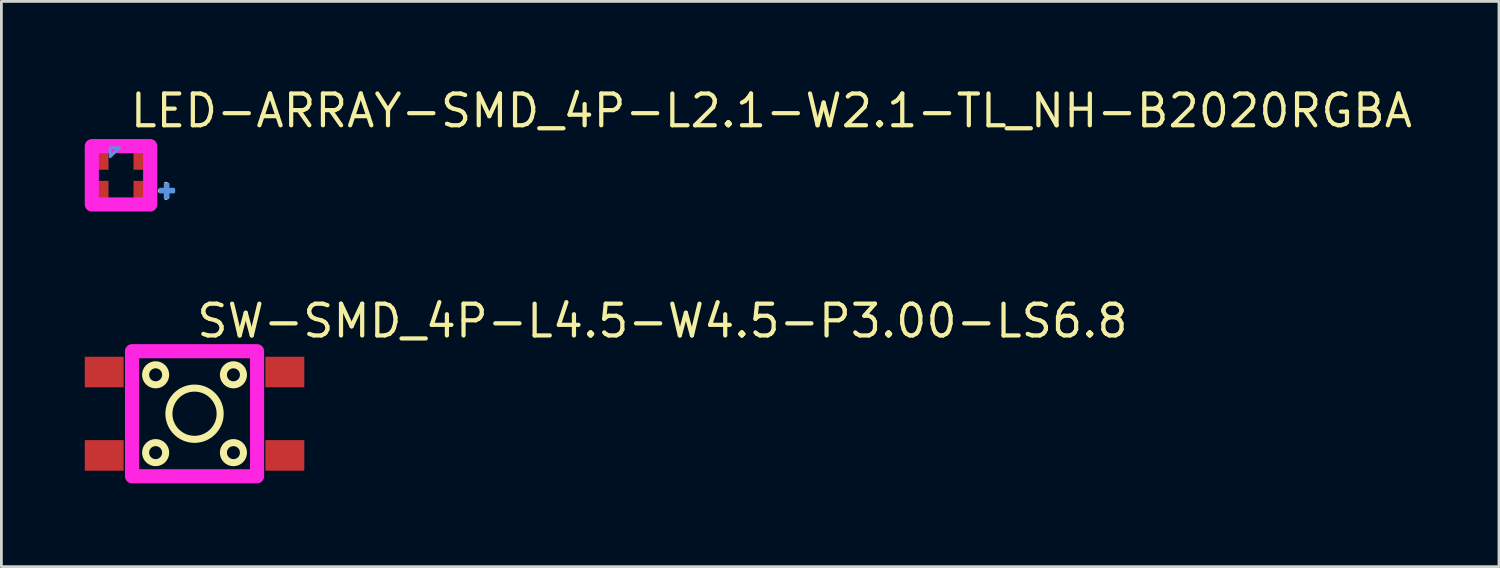
<source format=kicad_pcb>
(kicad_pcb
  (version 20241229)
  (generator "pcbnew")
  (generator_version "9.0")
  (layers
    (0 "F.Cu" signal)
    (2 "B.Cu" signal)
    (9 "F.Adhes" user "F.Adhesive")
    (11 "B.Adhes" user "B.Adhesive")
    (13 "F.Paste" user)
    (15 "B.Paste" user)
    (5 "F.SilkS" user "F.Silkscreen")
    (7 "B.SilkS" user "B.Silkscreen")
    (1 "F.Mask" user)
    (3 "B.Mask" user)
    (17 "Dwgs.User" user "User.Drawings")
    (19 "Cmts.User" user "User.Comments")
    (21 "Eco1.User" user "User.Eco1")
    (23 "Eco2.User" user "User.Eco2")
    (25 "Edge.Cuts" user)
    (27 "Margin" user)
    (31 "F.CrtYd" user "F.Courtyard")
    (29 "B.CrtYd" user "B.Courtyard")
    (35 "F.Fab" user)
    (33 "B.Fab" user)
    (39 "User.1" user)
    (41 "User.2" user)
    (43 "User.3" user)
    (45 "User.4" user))
  (footprint "LED-ARRAY-SMD_4P-L2.1-W2.1-TL_NH-B2020RGBA"
    (layer "F.Cu")
    (at 1.304 3.258)
    (property "Reference" "LED-ARRAY-SMD_4P-L2.1-W2.1-TL_NH-B2020RGBA" (at 0.254 -2.322 0) (layer "F.SilkS") (effects (font (size 1.143 1.143) (thickness 0.152)) (justify left)))
    (attr through_hole)
    (fp_line (start -1.05 -1.05) (end 1.05 -1.05) (stroke (width 0.15) (type solid)) (layer "F.SilkS"))
    (fp_line (start -1.05 -0.071) (end -1.05 0.071) (stroke (width 0.15) (type solid)) (layer "F.SilkS"))
    (fp_line (start -1.05 1.05) (end 1.05 1.05) (stroke (width 0.15) (type solid)) (layer "F.SilkS"))
    (fp_line (start 1.05 -0.071) (end 1.05 0.071) (stroke (width 0.15) (type solid)) (layer "F.SilkS"))
    (fp_line (start 1.4 0.56) (end 1.85 0.56) (stroke (width 0.15) (type solid)) (layer "F.SilkS"))
    (fp_line (start 1.62 0.31) (end 1.62 0.81) (stroke (width 0.15) (type solid)) (layer "F.SilkS"))
    (fp_poly (pts (xy -0.39 -0.668) (xy -0.39 -0.992) (xy -0.05 -0.992)) (stroke (width 0) (type solid)) (fill yes) (layer "F.SilkS"))
    (fp_poly (pts (xy -0.39 -0.668) (xy -0.39 -0.992) (xy -0.05 -0.992)) (stroke (width 0.1) (type solid)) (fill no) (layer "Cmts.User"))
    (fp_poly (pts (xy 1.4 0.5) (xy 1.9 0.5) (xy 1.9 0.6) (xy 1.4 0.6)) (stroke (width 0.1) (type solid)) (fill no) (layer "Cmts.User"))
    (fp_poly (pts (xy 1.593 0.811) (xy 1.593 0.311) (xy 1.693 0.311) (xy 1.693 0.811)) (stroke (width 0.1) (type solid)) (fill no) (layer "Cmts.User"))
    (fp_poly (pts (xy -1.05 1.05) (xy -1.05 -1.05) (xy 1.05 -1.05) (xy 1.05 1.05)) (stroke (width 0.508) (type solid)) (fill no) (layer "F.CrtYd"))
    (pad "1" smd rect (at -0.85 -0.55) (size 0.8 0.7) (layers "F.Cu" "F.Mask" "F.Paste"))
    (pad "2" smd rect (at 0.85 -0.55) (size 0.8 0.7) (layers "F.Cu" "F.Mask" "F.Paste"))
    (pad "3" smd rect (at 0.85 0.55) (size 0.8 0.7) (layers "F.Cu" "F.Mask" "F.Paste"))
    (pad "4" smd rect (at -0.85 0.55) (size 0.8 0.7) (layers "F.Cu" "F.Mask" "F.Paste")))
  (footprint "SW-SMD_4P-L4.5-W4.5-P3.00-LS6.8"
    (layer "F.Cu")
    (at 3.95 11.837)
    (property "Reference" "SW-SMD_4P-L4.5-W4.5-P3.00-LS6.8" (at 0 -3.338 0) (layer "F.SilkS") (effects (font (size 1.143 1.143) (thickness 0.152)) (justify left)))
    (attr through_hole)
    (fp_line (start -2.25 -2.25) (end 2.25 -2.25) (stroke (width 0.254) (type solid)) (layer "F.SilkS"))
    (fp_line (start -2.25 2.25) (end -2.25 -2.25) (stroke (width 0.254) (type solid)) (layer "F.SilkS"))
    (fp_line (start 2.25 -2.25) (end 2.25 2.25) (stroke (width 0.254) (type solid)) (layer "F.SilkS"))
    (fp_line (start 2.25 2.25) (end -2.25 2.25) (stroke (width 0.254) (type solid)) (layer "F.SilkS"))
    (fp_circle (center -1.4 -1.4) (end -1.4 -1.039) (stroke (width 0.254) (type solid)) (fill no) (layer "F.SilkS"))
    (fp_circle (center -1.4 1.4) (end -1.4 1.761) (stroke (width 0.254) (type solid)) (fill no) (layer "F.SilkS"))
    (fp_circle (center 0 0) (end 0 0.922) (stroke (width 0.254) (type solid)) (fill no) (layer "F.SilkS"))
    (fp_circle (center 1.4 -1.4) (end 1.4 -1.039) (stroke (width 0.254) (type solid)) (fill no) (layer "F.SilkS"))
    (fp_circle (center 1.4 1.4) (end 1.4 1.761) (stroke (width 0.254) (type solid)) (fill no) (layer "F.SilkS"))
    (fp_poly (pts (xy -2.25 2.25) (xy -2.25 -2.25) (xy 2.25 -2.25) (xy 2.25 2.25)) (stroke (width 0.508) (type solid)) (fill no) (layer "F.CrtYd"))
    (pad "1" smd rect (at -3.25 -1.5) (size 1.4 1.1) (layers "F.Cu" "F.Mask" "F.Paste"))
    (pad "1" smd rect (at 3.25 -1.5) (size 1.4 1.1) (layers "F.Cu" "F.Mask" "F.Paste"))
    (pad "2" smd rect (at -3.25 1.5) (size 1.4 1.1) (layers "F.Cu" "F.Mask" "F.Paste"))
    (pad "2" smd rect (at 3.25 1.5) (size 1.4 1.1) (layers "F.Cu" "F.Mask" "F.Paste")))
  (gr_rect
    (start -3 -3)
    (end 50.888 17.341)
    (stroke (width 0.1) (type default))
    (fill no)
    (layer "Edge.Cuts")))
</source>
